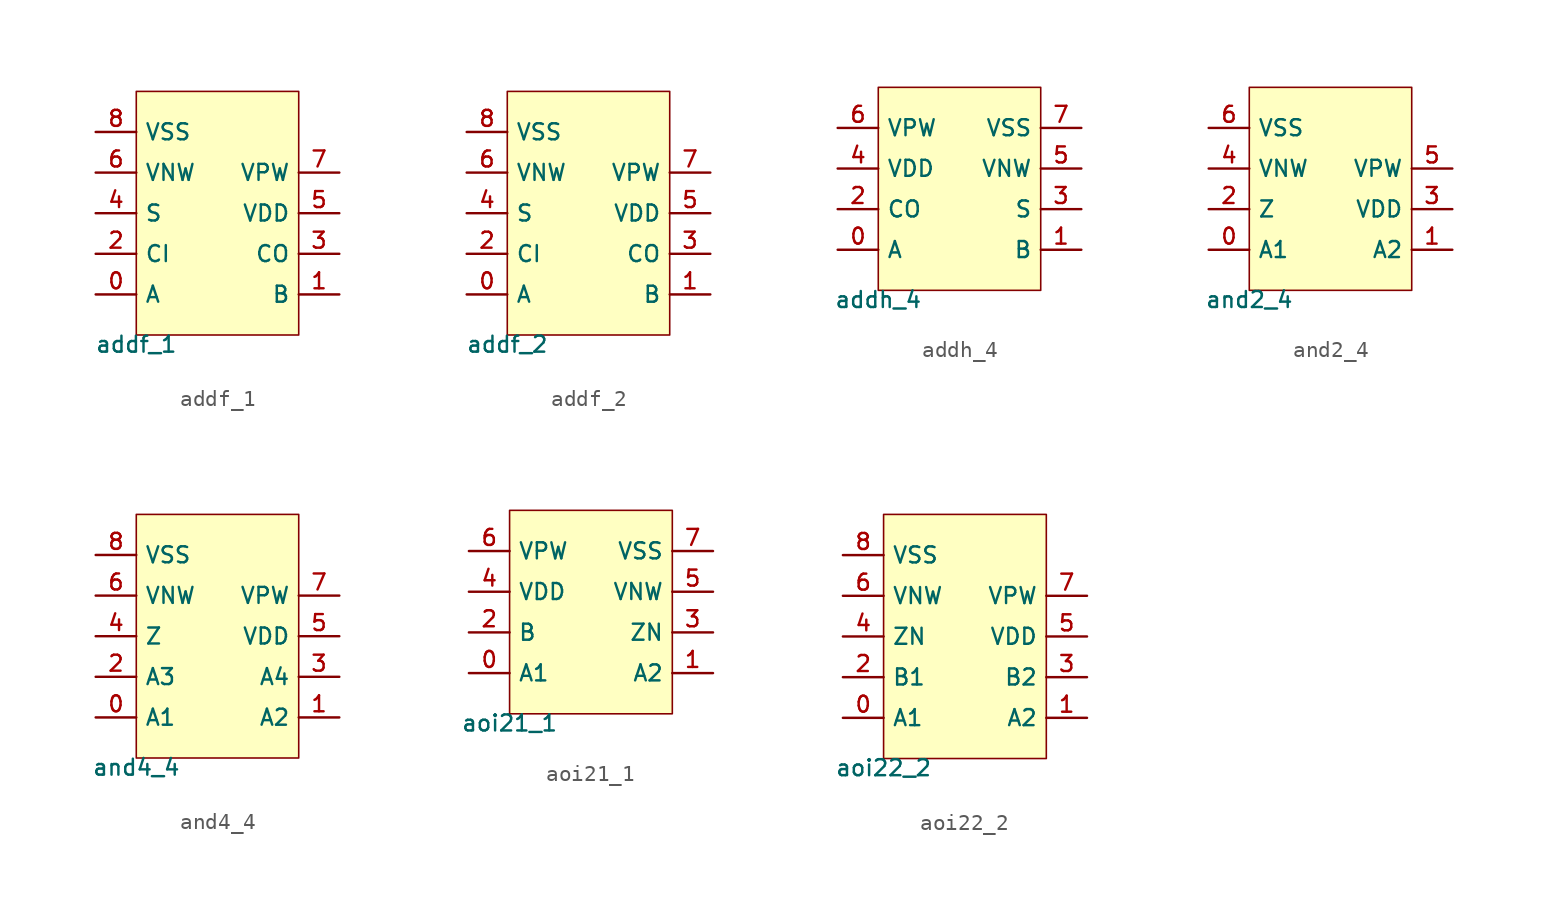
<source format=kicad_sym>
(kicad_symbol_lib
  (version 20211014)
  (generator pdk2kicad)
  (symbol "addf_1"
    (property "Reference" "X"
      (at 0 0 0)
      (effects (font (size 1 1)) hide))
    (property "Value" "addf_1"
      (at -5.08 -7.62 0)
      (effects (font (size 1 1)) (justify top)))
    (rectangle
      (start -5.08 -7.62)
      (end 5.08 7.62)
      (stroke (width 0.1) (type solid) (color 0 0 0 0))
      (fill (type background)))
    (pin bidirectional line
      (at -7.62 -5.08 0)
      (length 2.54)
      (name "A" (effects (font (size 1 1)) hide))
      (number "0" (effects (font (size 1 1)) hide)))
    (pin bidirectional line
      (at 7.62 -5.08 180)
      (length 2.54)
      (name "B" (effects (font (size 1 1)) hide))
      (number "1" (effects (font (size 1 1)) hide)))
    (pin bidirectional line
      (at -7.62 -2.54 0)
      (length 2.54)
      (name "CI" (effects (font (size 1 1)) hide))
      (number "2" (effects (font (size 1 1)) hide)))
    (pin bidirectional line
      (at 7.62 -2.54 180)
      (length 2.54)
      (name "CO" (effects (font (size 1 1)) hide))
      (number "3" (effects (font (size 1 1)) hide)))
    (pin bidirectional line
      (at -7.62 8.881784197001252e-16 0)
      (length 2.54)
      (name "S" (effects (font (size 1 1)) hide))
      (number "4" (effects (font (size 1 1)) hide)))
    (pin bidirectional line
      (at 7.62 8.881784197001252e-16 180)
      (length 2.54)
      (name "VDD" (effects (font (size 1 1)) hide))
      (number "5" (effects (font (size 1 1)) hide)))
    (pin bidirectional line
      (at -7.62 2.54 0)
      (length 2.54)
      (name "VNW" (effects (font (size 1 1)) hide))
      (number "6" (effects (font (size 1 1)) hide)))
    (pin bidirectional line
      (at 7.62 2.54 180)
      (length 2.54)
      (name "VPW" (effects (font (size 1 1)) hide))
      (number "7" (effects (font (size 1 1)) hide)))
    (pin bidirectional line
      (at -7.62 5.08 0)
      (length 2.54)
      (name "VSS" (effects (font (size 1 1)) hide))
      (number "8" (effects (font (size 1 1)) hide))))
  (symbol "addf_2"
    (property "Reference" "X"
      (at 0 0 0)
      (effects (font (size 1 1)) hide))
    (property "Value" "addf_2"
      (at -5.08 -7.62 0)
      (effects (font (size 1 1)) (justify top)))
    (rectangle
      (start -5.08 -7.62)
      (end 5.08 7.62)
      (stroke (width 0.1) (type solid) (color 0 0 0 0))
      (fill (type background)))
    (pin bidirectional line
      (at -7.62 -5.08 0)
      (length 2.54)
      (name "A" (effects (font (size 1 1)) hide))
      (number "0" (effects (font (size 1 1)) hide)))
    (pin bidirectional line
      (at 7.62 -5.08 180)
      (length 2.54)
      (name "B" (effects (font (size 1 1)) hide))
      (number "1" (effects (font (size 1 1)) hide)))
    (pin bidirectional line
      (at -7.62 -2.54 0)
      (length 2.54)
      (name "CI" (effects (font (size 1 1)) hide))
      (number "2" (effects (font (size 1 1)) hide)))
    (pin bidirectional line
      (at 7.62 -2.54 180)
      (length 2.54)
      (name "CO" (effects (font (size 1 1)) hide))
      (number "3" (effects (font (size 1 1)) hide)))
    (pin bidirectional line
      (at -7.62 8.881784197001252e-16 0)
      (length 2.54)
      (name "S" (effects (font (size 1 1)) hide))
      (number "4" (effects (font (size 1 1)) hide)))
    (pin bidirectional line
      (at 7.62 8.881784197001252e-16 180)
      (length 2.54)
      (name "VDD" (effects (font (size 1 1)) hide))
      (number "5" (effects (font (size 1 1)) hide)))
    (pin bidirectional line
      (at -7.62 2.54 0)
      (length 2.54)
      (name "VNW" (effects (font (size 1 1)) hide))
      (number "6" (effects (font (size 1 1)) hide)))
    (pin bidirectional line
      (at 7.62 2.54 180)
      (length 2.54)
      (name "VPW" (effects (font (size 1 1)) hide))
      (number "7" (effects (font (size 1 1)) hide)))
    (pin bidirectional line
      (at -7.62 5.08 0)
      (length 2.54)
      (name "VSS" (effects (font (size 1 1)) hide))
      (number "8" (effects (font (size 1 1)) hide))))
  (symbol "addh_4"
    (property "Reference" "X"
      (at 0 0 0)
      (effects (font (size 1 1)) hide))
    (property "Value" "addh_4"
      (at -5.08 -6.35 0)
      (effects (font (size 1 1)) (justify top)))
    (rectangle
      (start -5.08 -6.35)
      (end 5.08 6.35)
      (stroke (width 0.1) (type solid) (color 0 0 0 0))
      (fill (type background)))
    (pin bidirectional line
      (at -7.62 -3.81 0)
      (length 2.54)
      (name "A" (effects (font (size 1 1)) hide))
      (number "0" (effects (font (size 1 1)) hide)))
    (pin bidirectional line
      (at 7.62 -3.81 180)
      (length 2.54)
      (name "B" (effects (font (size 1 1)) hide))
      (number "1" (effects (font (size 1 1)) hide)))
    (pin bidirectional line
      (at -7.62 -1.27 0)
      (length 2.54)
      (name "CO" (effects (font (size 1 1)) hide))
      (number "2" (effects (font (size 1 1)) hide)))
    (pin bidirectional line
      (at 7.62 -1.27 180)
      (length 2.54)
      (name "S" (effects (font (size 1 1)) hide))
      (number "3" (effects (font (size 1 1)) hide)))
    (pin bidirectional line
      (at -7.62 1.27 0)
      (length 2.54)
      (name "VDD" (effects (font (size 1 1)) hide))
      (number "4" (effects (font (size 1 1)) hide)))
    (pin bidirectional line
      (at 7.62 1.27 180)
      (length 2.54)
      (name "VNW" (effects (font (size 1 1)) hide))
      (number "5" (effects (font (size 1 1)) hide)))
    (pin bidirectional line
      (at -7.62 3.81 0)
      (length 2.54)
      (name "VPW" (effects (font (size 1 1)) hide))
      (number "6" (effects (font (size 1 1)) hide)))
    (pin bidirectional line
      (at 7.62 3.81 180)
      (length 2.54)
      (name "VSS" (effects (font (size 1 1)) hide))
      (number "7" (effects (font (size 1 1)) hide))))
  (symbol "and2_4"
    (property "Reference" "X"
      (at 0 0 0)
      (effects (font (size 1 1)) hide))
    (property "Value" "and2_4"
      (at -5.08 -6.35 0)
      (effects (font (size 1 1)) (justify top)))
    (rectangle
      (start -5.08 -6.35)
      (end 5.08 6.35)
      (stroke (width 0.1) (type solid) (color 0 0 0 0))
      (fill (type background)))
    (pin bidirectional line
      (at -7.62 -3.81 0)
      (length 2.54)
      (name "A1" (effects (font (size 1 1)) hide))
      (number "0" (effects (font (size 1 1)) hide)))
    (pin bidirectional line
      (at 7.62 -3.81 180)
      (length 2.54)
      (name "A2" (effects (font (size 1 1)) hide))
      (number "1" (effects (font (size 1 1)) hide)))
    (pin bidirectional line
      (at -7.62 -1.27 0)
      (length 2.54)
      (name "Z" (effects (font (size 1 1)) hide))
      (number "2" (effects (font (size 1 1)) hide)))
    (pin bidirectional line
      (at 7.62 -1.27 180)
      (length 2.54)
      (name "VDD" (effects (font (size 1 1)) hide))
      (number "3" (effects (font (size 1 1)) hide)))
    (pin bidirectional line
      (at -7.62 1.27 0)
      (length 2.54)
      (name "VNW" (effects (font (size 1 1)) hide))
      (number "4" (effects (font (size 1 1)) hide)))
    (pin bidirectional line
      (at 7.62 1.27 180)
      (length 2.54)
      (name "VPW" (effects (font (size 1 1)) hide))
      (number "5" (effects (font (size 1 1)) hide)))
    (pin bidirectional line
      (at -7.62 3.81 0)
      (length 2.54)
      (name "VSS" (effects (font (size 1 1)) hide))
      (number "6" (effects (font (size 1 1)) hide))))
  (symbol "and4_4"
    (property "Reference" "X"
      (at 0 0 0)
      (effects (font (size 1 1)) hide))
    (property "Value" "and4_4"
      (at -5.08 -7.62 0)
      (effects (font (size 1 1)) (justify top)))
    (rectangle
      (start -5.08 -7.62)
      (end 5.08 7.62)
      (stroke (width 0.1) (type solid) (color 0 0 0 0))
      (fill (type background)))
    (pin bidirectional line
      (at -7.62 -5.08 0)
      (length 2.54)
      (name "A1" (effects (font (size 1 1)) hide))
      (number "0" (effects (font (size 1 1)) hide)))
    (pin bidirectional line
      (at 7.62 -5.08 180)
      (length 2.54)
      (name "A2" (effects (font (size 1 1)) hide))
      (number "1" (effects (font (size 1 1)) hide)))
    (pin bidirectional line
      (at -7.62 -2.54 0)
      (length 2.54)
      (name "A3" (effects (font (size 1 1)) hide))
      (number "2" (effects (font (size 1 1)) hide)))
    (pin bidirectional line
      (at 7.62 -2.54 180)
      (length 2.54)
      (name "A4" (effects (font (size 1 1)) hide))
      (number "3" (effects (font (size 1 1)) hide)))
    (pin bidirectional line
      (at -7.62 8.881784197001252e-16 0)
      (length 2.54)
      (name "Z" (effects (font (size 1 1)) hide))
      (number "4" (effects (font (size 1 1)) hide)))
    (pin bidirectional line
      (at 7.62 8.881784197001252e-16 180)
      (length 2.54)
      (name "VDD" (effects (font (size 1 1)) hide))
      (number "5" (effects (font (size 1 1)) hide)))
    (pin bidirectional line
      (at -7.62 2.54 0)
      (length 2.54)
      (name "VNW" (effects (font (size 1 1)) hide))
      (number "6" (effects (font (size 1 1)) hide)))
    (pin bidirectional line
      (at 7.62 2.54 180)
      (length 2.54)
      (name "VPW" (effects (font (size 1 1)) hide))
      (number "7" (effects (font (size 1 1)) hide)))
    (pin bidirectional line
      (at -7.62 5.08 0)
      (length 2.54)
      (name "VSS" (effects (font (size 1 1)) hide))
      (number "8" (effects (font (size 1 1)) hide))))
  (symbol "aoi21_1"
    (property "Reference" "X"
      (at 0 0 0)
      (effects (font (size 1 1)) hide))
    (property "Value" "aoi21_1"
      (at -5.08 -6.35 0)
      (effects (font (size 1 1)) (justify top)))
    (rectangle
      (start -5.08 -6.35)
      (end 5.08 6.35)
      (stroke (width 0.1) (type solid) (color 0 0 0 0))
      (fill (type background)))
    (pin bidirectional line
      (at -7.62 -3.81 0)
      (length 2.54)
      (name "A1" (effects (font (size 1 1)) hide))
      (number "0" (effects (font (size 1 1)) hide)))
    (pin bidirectional line
      (at 7.62 -3.81 180)
      (length 2.54)
      (name "A2" (effects (font (size 1 1)) hide))
      (number "1" (effects (font (size 1 1)) hide)))
    (pin bidirectional line
      (at -7.62 -1.27 0)
      (length 2.54)
      (name "B" (effects (font (size 1 1)) hide))
      (number "2" (effects (font (size 1 1)) hide)))
    (pin bidirectional line
      (at 7.62 -1.27 180)
      (length 2.54)
      (name "ZN" (effects (font (size 1 1)) hide))
      (number "3" (effects (font (size 1 1)) hide)))
    (pin bidirectional line
      (at -7.62 1.27 0)
      (length 2.54)
      (name "VDD" (effects (font (size 1 1)) hide))
      (number "4" (effects (font (size 1 1)) hide)))
    (pin bidirectional line
      (at 7.62 1.27 180)
      (length 2.54)
      (name "VNW" (effects (font (size 1 1)) hide))
      (number "5" (effects (font (size 1 1)) hide)))
    (pin bidirectional line
      (at -7.62 3.81 0)
      (length 2.54)
      (name "VPW" (effects (font (size 1 1)) hide))
      (number "6" (effects (font (size 1 1)) hide)))
    (pin bidirectional line
      (at 7.62 3.81 180)
      (length 2.54)
      (name "VSS" (effects (font (size 1 1)) hide))
      (number "7" (effects (font (size 1 1)) hide))))
  (symbol "aoi22_2"
    (property "Reference" "X"
      (at 0 0 0)
      (effects (font (size 1 1)) hide))
    (property "Value" "aoi22_2"
      (at -5.08 -7.62 0)
      (effects (font (size 1 1)) (justify top)))
    (rectangle
      (start -5.08 -7.62)
      (end 5.08 7.62)
      (stroke (width 0.1) (type solid) (color 0 0 0 0))
      (fill (type background)))
    (pin bidirectional line
      (at -7.62 -5.08 0)
      (length 2.54)
      (name "A1" (effects (font (size 1 1)) hide))
      (number "0" (effects (font (size 1 1)) hide)))
    (pin bidirectional line
      (at 7.62 -5.08 180)
      (length 2.54)
      (name "A2" (effects (font (size 1 1)) hide))
      (number "1" (effects (font (size 1 1)) hide)))
    (pin bidirectional line
      (at -7.62 -2.54 0)
      (length 2.54)
      (name "B1" (effects (font (size 1 1)) hide))
      (number "2" (effects (font (size 1 1)) hide)))
    (pin bidirectional line
      (at 7.62 -2.54 180)
      (length 2.54)
      (name "B2" (effects (font (size 1 1)) hide))
      (number "3" (effects (font (size 1 1)) hide)))
    (pin bidirectional line
      (at -7.62 8.881784197001252e-16 0)
      (length 2.54)
      (name "ZN" (effects (font (size 1 1)) hide))
      (number "4" (effects (font (size 1 1)) hide)))
    (pin bidirectional line
      (at 7.62 8.881784197001252e-16 180)
      (length 2.54)
      (name "VDD" (effects (font (size 1 1)) hide))
      (number "5" (effects (font (size 1 1)) hide)))
    (pin bidirectional line
      (at -7.62 2.54 0)
      (length 2.54)
      (name "VNW" (effects (font (size 1 1)) hide))
      (number "6" (effects (font (size 1 1)) hide)))
    (pin bidirectional line
      (at 7.62 2.54 180)
      (length 2.54)
      (name "VPW" (effects (font (size 1 1)) hide))
      (number "7" (effects (font (size 1 1)) hide)))
    (pin bidirectional line
      (at -7.62 5.08 0)
      (length 2.54)
      (name "VSS" (effects (font (size 1 1)) hide))
      (number "8" (effects (font (size 1 1)) hide)))))
</source>
